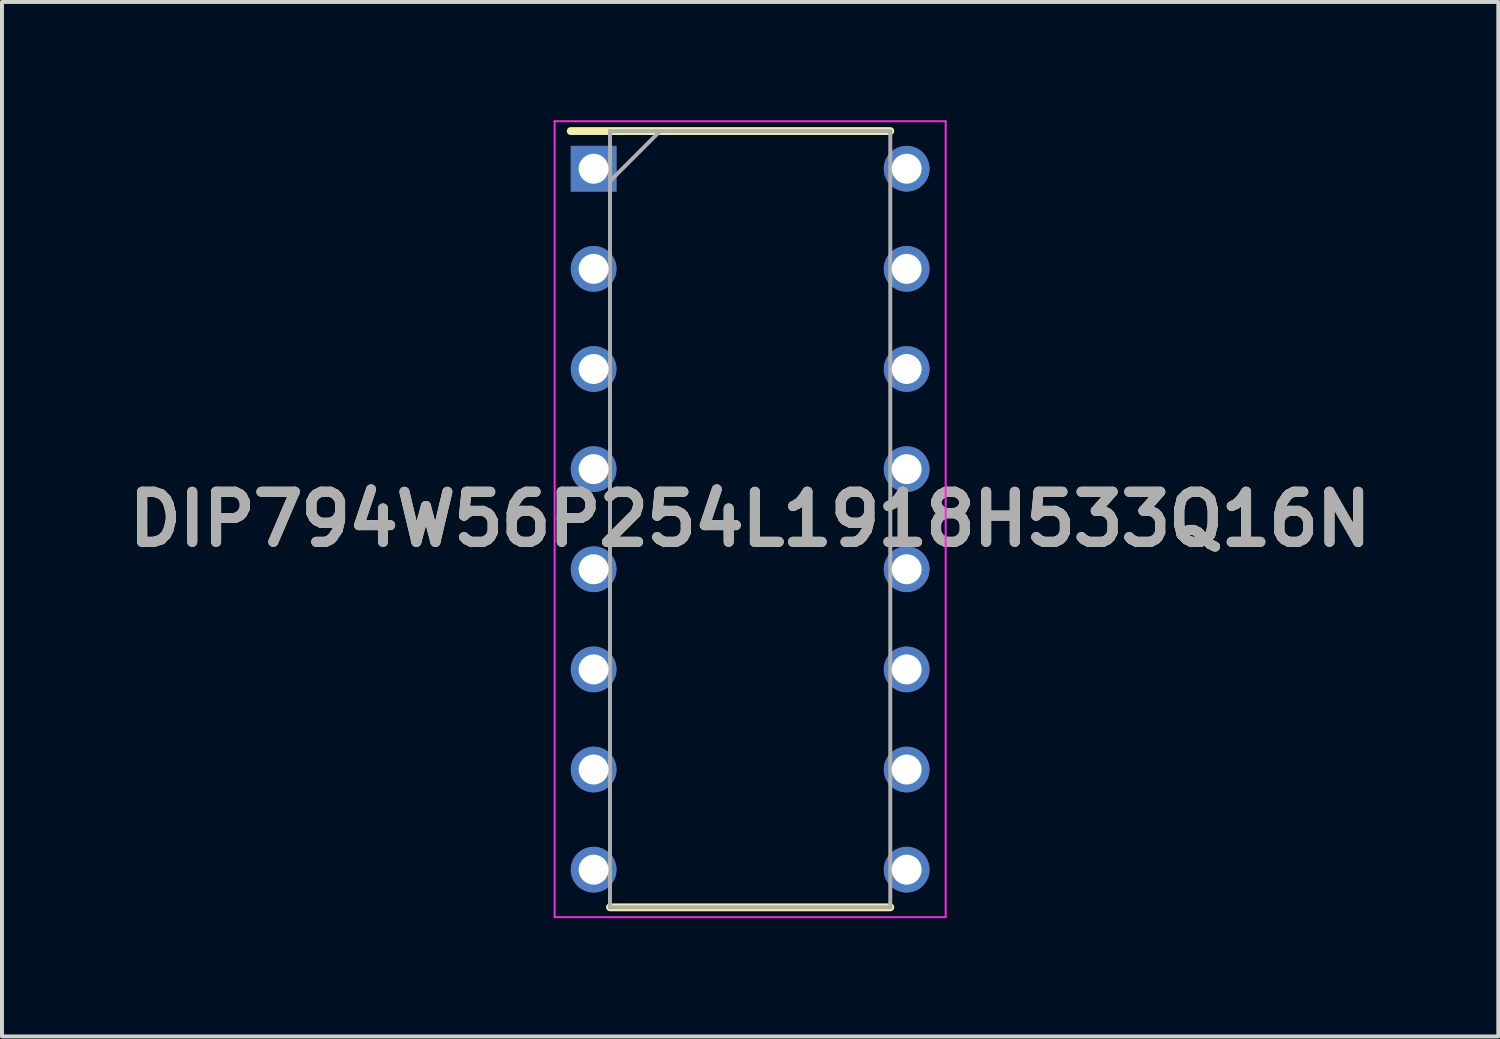
<source format=kicad_pcb>
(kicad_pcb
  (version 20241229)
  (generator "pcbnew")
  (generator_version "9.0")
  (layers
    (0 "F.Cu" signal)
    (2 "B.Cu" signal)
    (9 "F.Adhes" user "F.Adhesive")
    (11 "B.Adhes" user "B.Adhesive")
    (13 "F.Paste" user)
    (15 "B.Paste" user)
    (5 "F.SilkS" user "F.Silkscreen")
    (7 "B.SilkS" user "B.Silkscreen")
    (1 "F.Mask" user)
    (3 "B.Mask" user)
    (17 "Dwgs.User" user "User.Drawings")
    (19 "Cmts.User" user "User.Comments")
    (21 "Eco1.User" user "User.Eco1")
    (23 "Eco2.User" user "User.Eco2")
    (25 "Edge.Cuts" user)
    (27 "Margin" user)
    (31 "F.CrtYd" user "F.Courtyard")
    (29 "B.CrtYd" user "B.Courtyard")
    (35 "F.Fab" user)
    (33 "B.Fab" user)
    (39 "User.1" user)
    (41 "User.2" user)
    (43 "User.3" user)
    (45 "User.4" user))
  (footprint "DIP794W56P254L1918H533Q16N"
    (layer "F.Cu")
    (at 15.978 10.12)
    (property "Reference" "DIP794W56P254L1918H533Q16N" (at 0 0 0) (layer "F.SilkS") (effects (font (size 1.27 1.27) (thickness 0.254))))
    (attr through_hole)
    (fp_line (start -4.55 -9.845) (end 3.555 -9.845) (stroke (width 0.2) (type solid)) (layer "F.SilkS"))
    (fp_line (start -3.555 9.845) (end 3.555 9.845) (stroke (width 0.2) (type solid)) (layer "F.SilkS"))
    (fp_line (start -4.96 -10.095) (end 4.96 -10.095) (stroke (width 0.05) (type solid)) (layer "F.CrtYd"))
    (fp_line (start -4.96 10.095) (end -4.96 -10.095) (stroke (width 0.05) (type solid)) (layer "F.CrtYd"))
    (fp_line (start 4.96 -10.095) (end 4.96 10.095) (stroke (width 0.05) (type solid)) (layer "F.CrtYd"))
    (fp_line (start 4.96 10.095) (end -4.96 10.095) (stroke (width 0.05) (type solid)) (layer "F.CrtYd"))
    (fp_line (start -3.555 -9.845) (end 3.555 -9.845) (stroke (width 0.1) (type solid)) (layer "F.Fab"))
    (fp_line (start -3.555 -8.575) (end -2.285 -9.845) (stroke (width 0.1) (type solid)) (layer "F.Fab"))
    (fp_line (start -3.555 9.845) (end -3.555 -9.845) (stroke (width 0.1) (type solid)) (layer "F.Fab"))
    (fp_line (start 3.555 -9.845) (end 3.555 9.845) (stroke (width 0.1) (type solid)) (layer "F.Fab"))
    (fp_line (start 3.555 9.845) (end -3.555 9.845) (stroke (width 0.1) (type solid)) (layer "F.Fab"))
    (fp_text user "${REFERENCE}" (at 0 0 0) (layer "F.Fab") (effects (font (size 1.27 1.27) (thickness 0.254))))
    (pad "1" thru_hole rect (at -3.97 -8.89) (size 1.16 1.16) (drill 0.76) (layers "*.Cu" "*.Mask"))
    (pad "2" thru_hole circle (at -3.97 -6.35) (size 1.16 1.16) (drill 0.76) (layers "*.Cu" "*.Mask"))
    (pad "3" thru_hole circle (at -3.97 -3.81) (size 1.16 1.16) (drill 0.76) (layers "*.Cu" "*.Mask"))
    (pad "4" thru_hole circle (at -3.97 -1.27) (size 1.16 1.16) (drill 0.76) (layers "*.Cu" "*.Mask"))
    (pad "5" thru_hole circle (at -3.97 1.27) (size 1.16 1.16) (drill 0.76) (layers "*.Cu" "*.Mask"))
    (pad "6" thru_hole circle (at -3.97 3.81) (size 1.16 1.16) (drill 0.76) (layers "*.Cu" "*.Mask"))
    (pad "7" thru_hole circle (at -3.97 6.35) (size 1.16 1.16) (drill 0.76) (layers "*.Cu" "*.Mask"))
    (pad "8" thru_hole circle (at -3.97 8.89) (size 1.16 1.16) (drill 0.76) (layers "*.Cu" "*.Mask"))
    (pad "9" thru_hole circle (at 3.97 8.89) (size 1.16 1.16) (drill 0.76) (layers "*.Cu" "*.Mask"))
    (pad "10" thru_hole circle (at 3.97 6.35) (size 1.16 1.16) (drill 0.76) (layers "*.Cu" "*.Mask"))
    (pad "11" thru_hole circle (at 3.97 3.81) (size 1.16 1.16) (drill 0.76) (layers "*.Cu" "*.Mask"))
    (pad "12" thru_hole circle (at 3.97 1.27) (size 1.16 1.16) (drill 0.76) (layers "*.Cu" "*.Mask"))
    (pad "13" thru_hole circle (at 3.97 -1.27) (size 1.16 1.16) (drill 0.76) (layers "*.Cu" "*.Mask"))
    (pad "14" thru_hole circle (at 3.97 -3.81) (size 1.16 1.16) (drill 0.76) (layers "*.Cu" "*.Mask"))
    (pad "15" thru_hole circle (at 3.97 -6.35) (size 1.16 1.16) (drill 0.76) (layers "*.Cu" "*.Mask"))
    (pad "16" thru_hole circle (at 3.97 -8.89) (size 1.16 1.16) (drill 0.76) (layers "*.Cu" "*.Mask")))
  (gr_rect
    (start -3 -3)
    (end 34.956 23.24)
    (stroke (width 0.1) (type default))
    (fill no)
    (layer "Edge.Cuts")))
</source>
